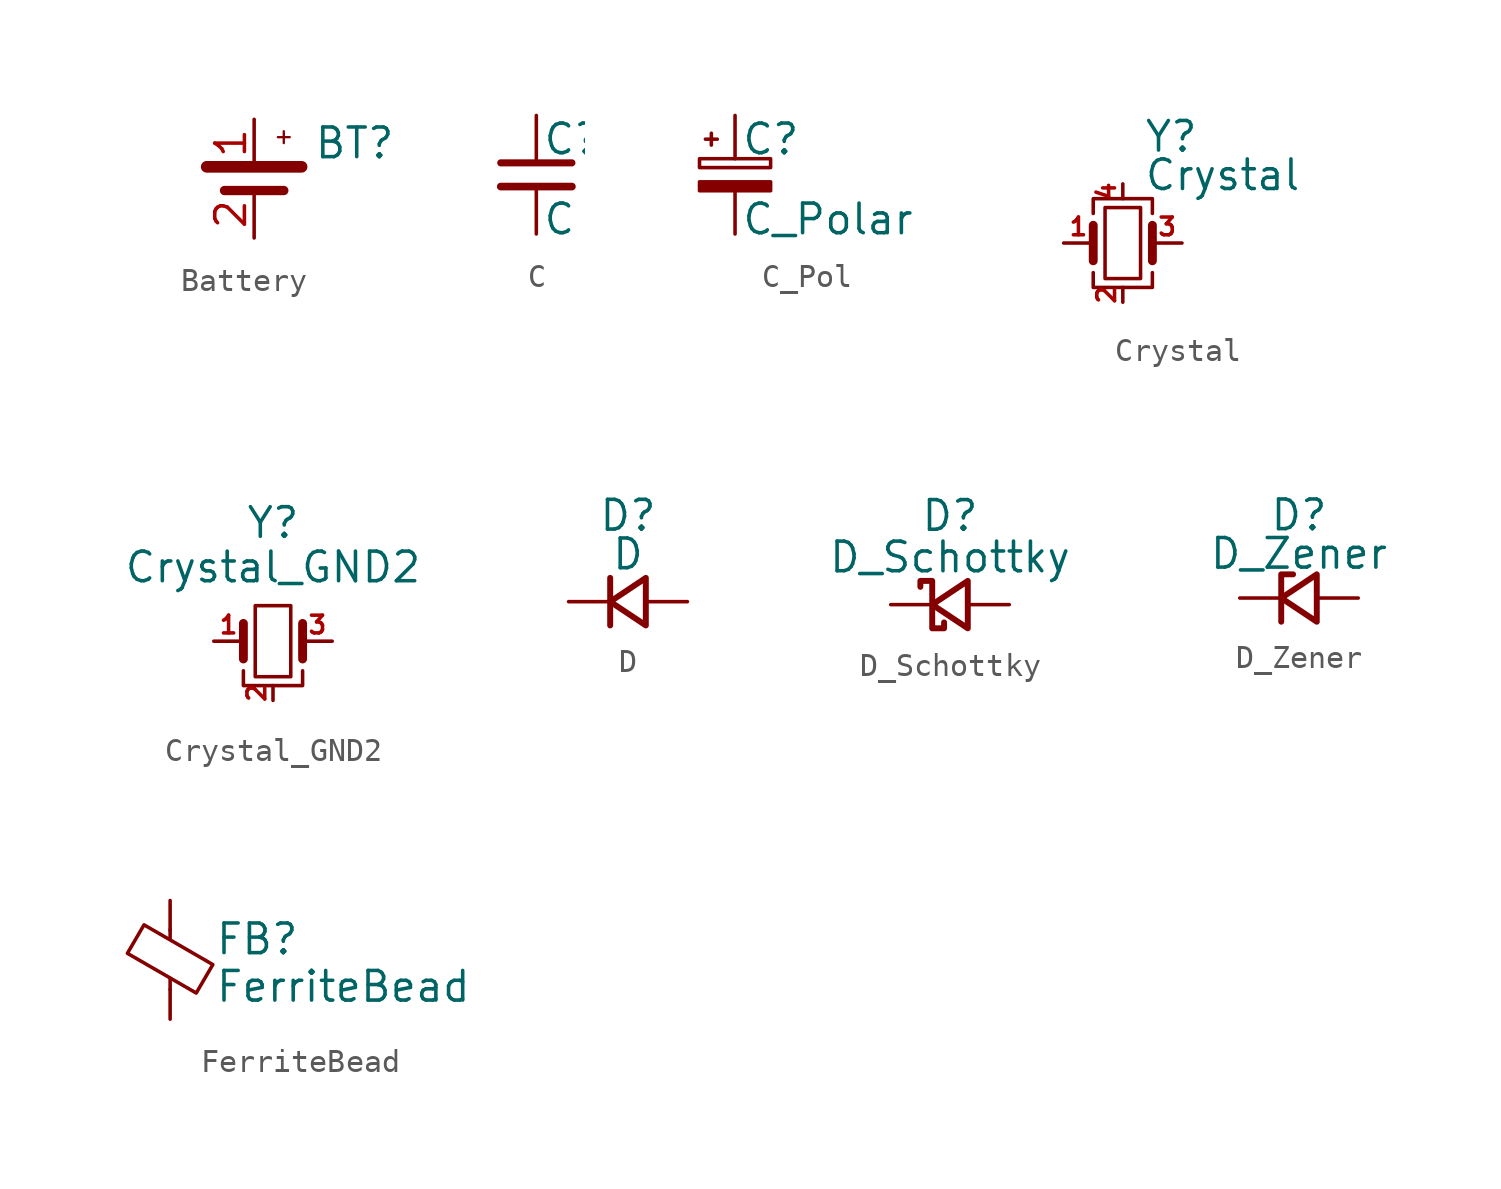
<source format=kicad_sym>
(kicad_symbol_lib
  (version 20231120)
  (generator "kicad_symbol_editor")
  (generator_version "8.0")
  (symbol "Battery"
    (property "Reference" "BT"
      (at 2.54 1.524 0)
      (effects (font (size 1.27 1.27)) (justify left)))
    (property "Value" ""
      (at -5.588 2.794 0)
      (effects (font (size 1.27 1.27))))
    (symbol "Battery_0_1"
      (polyline (pts (xy 1.016 1.778) (xy 1.524 1.778)) (stroke (width 0.1) (type default)) (fill (type none)))
      (polyline (pts (xy 1.27 2.032) (xy 1.27 1.524)) (stroke (width 0.1) (type default)) (fill (type none))))
    (symbol "Battery_1_1"
      (polyline (pts (xy -2.032 0.508) (xy 2.032 0.508)) (stroke (width 0.5) (type default)) (fill (type none)))
      (polyline (pts (xy -1.27 -0.508) (xy 1.27 -0.508)) (stroke (width 0.4) (type default)) (fill (type none)))
      (pin passive line (at 0 2.54 270) (length 2.032) (name "~" (effects (font (size 1.27 1.27)))) (number "1" (effects (font (size 1.27 1.27)))))
      (pin passive line (at 0 -2.54 90) (length 2.032) (name "~" (effects (font (size 1.27 1.27)))) (number "2" (effects (font (size 1.27 1.27)))))))
  (symbol "C"
    (pin_numbers hide)
    (pin_names
      (offset 0.254) hide)
    (property "Reference" "C"
      (at 0.254 1.524 0)
      (effects (font (size 1.27 1.27)) (justify left)))
    (property "Value" "C"
      (at 0.254 -1.905 0)
      (effects (font (size 1.27 1.27)) (justify left)))
    (symbol "C_0_1"
      (polyline (pts (xy -1.524 -0.508) (xy 1.524 -0.508)) (stroke (width 0.33) (type default)) (fill (type none)))
      (polyline (pts (xy -1.524 0.508) (xy 1.524 0.508)) (stroke (width 0.305) (type default)) (fill (type none))))
    (symbol "C_1_1"
      (pin passive line (at 0 2.54 270) (length 2.032) (name "~" (effects (font (size 1.27 1.27)))) (number "1" (effects (font (size 1.27 1.27)))))
      (pin passive line (at 0 -2.54 90) (length 2.032) (name "~" (effects (font (size 1.27 1.27)))) (number "2" (effects (font (size 1.27 1.27)))))))
  (symbol "C_Pol"
    (pin_numbers hide)
    (pin_names
      (offset 0.254) hide)
    (property "Reference" "C"
      (at 0.254 1.524 0)
      (effects (font (size 1.27 1.27)) (justify left)))
    (property "Value" "C_Polar"
      (at 0.254 -1.905 0)
      (effects (font (size 1.27 1.27)) (justify left)))
    (symbol "C_Pol_0_1"
      (rectangle (start -1.524 -0.305) (end 1.524 -0.686) (stroke (width 0) (type default)) (fill (type outline)))
      (rectangle (start -1.524 0.686) (end 1.524 0.305) (stroke (width 0) (type default)) (fill (type none)))
      (polyline (pts (xy -1.27 1.524) (xy -0.762 1.524)) (stroke (width 0) (type default)) (fill (type none)))
      (polyline (pts (xy -1.016 1.27) (xy -1.016 1.778)) (stroke (width 0) (type default)) (fill (type none))))
    (symbol "C_Pol_1_1"
      (pin passive line (at 0 2.54 270) (length 1.854) (name "~" (effects (font (size 1.27 1.27)))) (number "1" (effects (font (size 1.27 1.27)))))
      (pin passive line (at 0 -2.54 90) (length 1.854) (name "~" (effects (font (size 1.27 1.27)))) (number "2" (effects (font (size 1.27 1.27)))))))
  (symbol "Crystal"
    (pin_names
      (offset 1.016) hide)
    (property "Reference" "Y"
      (at 0.889 4.572 0)
      (effects (font (size 1.27 1.27)) (justify left)))
    (property "Value" "Crystal"
      (at 0.889 2.921 0)
      (effects (font (size 1.27 1.27)) (justify left)))
    (property "Frequency" ""
      (at 0 0 0)
      (effects (font (size 1.27 1.27))))
    (symbol "Crystal_0_1"
      (rectangle (start -0.762 -1.524) (end 0.762 1.524) (stroke (width 0) (type default)) (fill (type none)))
      (polyline (pts (xy -1.27 -0.762) (xy -1.27 0.762)) (stroke (width 0.381) (type default)) (fill (type none)))
      (polyline (pts (xy 1.27 -0.762) (xy 1.27 0.762)) (stroke (width 0.381) (type default)) (fill (type none)))
      (polyline (pts (xy -1.27 -1.27) (xy -1.27 -1.905) (xy 1.27 -1.905) (xy 1.27 -1.27)) (stroke (width 0) (type default)) (fill (type none)))
      (polyline (pts (xy -1.27 1.27) (xy -1.27 1.905) (xy 1.27 1.905) (xy 1.27 1.27)) (stroke (width 0) (type default)) (fill (type none))))
    (symbol "Crystal_1_1"
      (pin passive line (at -2.54 0 0) (length 1.27) (name "1" (effects (font (size 1.27 1.27)))) (number "1" (effects (font (size 0.762 0.762)))))
      (pin passive line (at 0 -2.54 90) (length 0.635) (name "2" (effects (font (size 1.27 1.27)))) (number "2" (effects (font (size 0.762 0.762)))))
      (pin passive line (at 2.54 0 180) (length 1.27) (name "3" (effects (font (size 1.27 1.27)))) (number "3" (effects (font (size 0.762 0.762)))))
      (pin passive line (at 0 2.54 270) (length 0.635) (name "4" (effects (font (size 1.27 1.27)))) (number "4" (effects (font (size 0.762 0.762)))))))
  (symbol "Crystal_GND2"
    (pin_names
      (offset 1.016) hide)
    (property "Reference" "Y"
      (at 0 5.08 0)
      (effects (font (size 1.27 1.27))))
    (property "Value" "Crystal_GND2"
      (at 0 3.175 0)
      (effects (font (size 1.27 1.27))))
    (property "Frequency" ""
      (at 0 0 0)
      (effects (font (size 1.27 1.27))))
    (symbol "Crystal_GND2_0_1"
      (rectangle (start -0.762 -1.524) (end 0.762 1.524) (stroke (width 0) (type default)) (fill (type none)))
      (polyline (pts (xy -1.27 -0.762) (xy -1.27 0.762)) (stroke (width 0.381) (type default)) (fill (type none)))
      (polyline (pts (xy 1.27 -0.762) (xy 1.27 0.762)) (stroke (width 0.381) (type default)) (fill (type none)))
      (polyline (pts (xy -1.27 -1.27) (xy -1.27 -1.905) (xy 1.27 -1.905) (xy 1.27 -1.27)) (stroke (width 0) (type default)) (fill (type none))))
    (symbol "Crystal_GND2_1_1"
      (pin passive line (at -2.54 0 0) (length 1.27) (name "1" (effects (font (size 1.27 1.27)))) (number "1" (effects (font (size 0.762 0.762)))))
      (pin passive line (at 0 -2.54 90) (length 0.635) (name "2" (effects (font (size 1.27 1.27)))) (number "2" (effects (font (size 0.762 0.762)))))
      (pin passive line (at 2.54 0 180) (length 1.27) (name "3" (effects (font (size 1.27 1.27)))) (number "3" (effects (font (size 0.762 0.762)))))))
  (symbol "D"
    (pin_numbers hide)
    (pin_names
      (offset 0.254) hide)
    (property "Reference" "D"
      (at 0 3.683 0)
      (effects (font (size 1.27 1.27))))
    (property "Value" "D"
      (at 0 2.032 0)
      (effects (font (size 1.27 1.27))))
    (symbol "D_0_1"
      (polyline (pts (xy -0.762 -1.016) (xy -0.762 1.016)) (stroke (width 0.254) (type default)) (fill (type none)))
      (polyline (pts (xy 0.762 -1.016) (xy -0.762 0) (xy 0.762 1.016) (xy 0.762 -1.016)) (stroke (width 0.254) (type default)) (fill (type none))))
    (symbol "D_1_1"
      (pin passive line (at -2.54 0 0) (length 1.778) (name "K" (effects (font (size 1.27 1.27)))) (number "1" (effects (font (size 1.27 1.27)))))
      (pin passive line (at 2.54 0 180) (length 1.778) (name "A" (effects (font (size 1.27 1.27)))) (number "2" (effects (font (size 1.27 1.27)))))))
  (symbol "D_Schottky"
    (pin_numbers hide)
    (pin_names
      (offset 0.254) hide)
    (property "Reference" "D"
      (at 0 3.81 0)
      (effects (font (size 1.27 1.27))))
    (property "Value" "D_Schottky"
      (at 0 2.032 0)
      (effects (font (size 1.27 1.27))))
    (symbol "D_Schottky_0_1"
      (polyline (pts (xy 0.762 -1.016) (xy -0.762 0) (xy 0.762 1.016) (xy 0.762 -1.016)) (stroke (width 0.254) (type default)) (fill (type none)))
      (polyline (pts (xy -1.27 0.762) (xy -1.27 1.016) (xy -0.762 1.016) (xy -0.762 -1.016) (xy -0.254 -1.016) (xy -0.254 -0.762)) (stroke (width 0.254) (type default)) (fill (type none))))
    (symbol "D_Schottky_1_1"
      (pin passive line (at -2.54 0 0) (length 1.778) (name "K" (effects (font (size 1.27 1.27)))) (number "1" (effects (font (size 1.27 1.27)))))
      (pin passive line (at 2.54 0 180) (length 1.778) (name "A" (effects (font (size 1.27 1.27)))) (number "2" (effects (font (size 1.27 1.27)))))))
  (symbol "D_Zener"
    (pin_numbers hide)
    (pin_names
      (offset 0.254) hide)
    (property "Reference" "D"
      (at 0 3.556 0)
      (effects (font (size 1.27 1.27))))
    (property "Value" "D_Zener"
      (at 0 1.905 0)
      (effects (font (size 1.27 1.27))))
    (symbol "D_Zener_0_1"
      (polyline (pts (xy -0.254 1.016) (xy -0.762 1.016) (xy -0.762 -1.016)) (stroke (width 0.254) (type default)) (fill (type none)))
      (polyline (pts (xy 0.762 1.016) (xy -0.762 0) (xy 0.762 -1.016) (xy 0.762 1.016)) (stroke (width 0.254) (type default)) (fill (type none))))
    (symbol "D_Zener_1_1"
      (pin passive line (at -2.54 0 0) (length 1.778) (name "K" (effects (font (size 1.27 1.27)))) (number "1" (effects (font (size 1.27 1.27)))))
      (pin passive line (at 2.54 0 180) (length 1.778) (name "A" (effects (font (size 1.27 1.27)))) (number "2" (effects (font (size 1.27 1.27)))))))
  (symbol "FerriteBead"
    (pin_numbers hide)
    (pin_names
      (offset 0))
    (property "Reference" "FB"
      (at 1.905 0.889 0)
      (effects (font (size 1.27 1.27)) (justify left)))
    (property "Value" "FerriteBead"
      (at 1.905 -1.143 0)
      (effects (font (size 1.27 1.27)) (justify left)))
    (symbol "FerriteBead_0_1"
      (polyline (pts (xy 0 -1.27) (xy 0 -0.787)) (stroke (width 0) (type default)) (fill (type none)))
      (polyline (pts (xy 0 0.889) (xy 0 1.295)) (stroke (width 0) (type default)) (fill (type none)))
      (polyline (pts (xy -1.829 0.279) (xy -1.118 1.499) (xy 1.829 -0.203) (xy 1.118 -1.422) (xy -1.829 0.279)) (stroke (width 0) (type default)) (fill (type none))))
    (symbol "FerriteBead_1_1"
      (pin passive line (at 0 2.54 270) (length 1.27) (name "~" (effects (font (size 1.27 1.27)))) (number "1" (effects (font (size 1.27 1.27)))))
      (pin passive line (at 0 -2.54 90) (length 1.27) (name "~" (effects (font (size 1.27 1.27)))) (number "2" (effects (font (size 1.27 1.27))))))))
</source>
